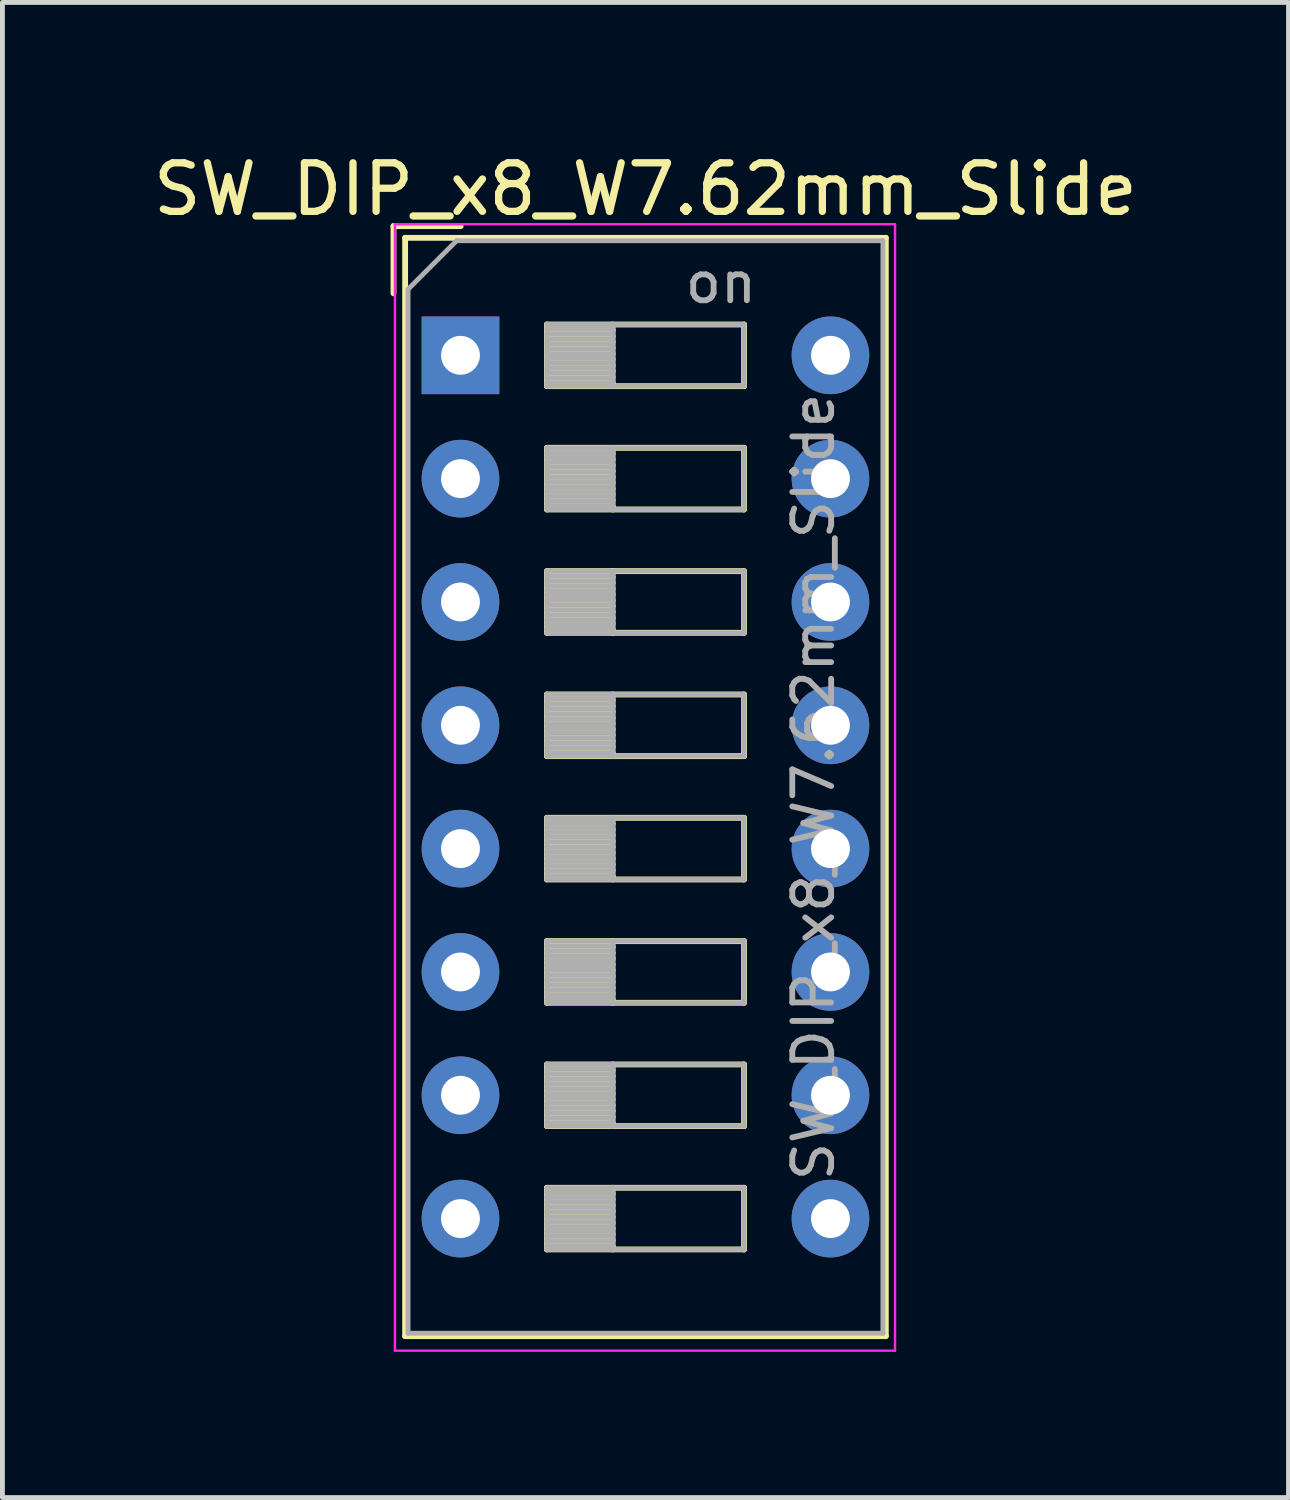
<source format=kicad_pcb>
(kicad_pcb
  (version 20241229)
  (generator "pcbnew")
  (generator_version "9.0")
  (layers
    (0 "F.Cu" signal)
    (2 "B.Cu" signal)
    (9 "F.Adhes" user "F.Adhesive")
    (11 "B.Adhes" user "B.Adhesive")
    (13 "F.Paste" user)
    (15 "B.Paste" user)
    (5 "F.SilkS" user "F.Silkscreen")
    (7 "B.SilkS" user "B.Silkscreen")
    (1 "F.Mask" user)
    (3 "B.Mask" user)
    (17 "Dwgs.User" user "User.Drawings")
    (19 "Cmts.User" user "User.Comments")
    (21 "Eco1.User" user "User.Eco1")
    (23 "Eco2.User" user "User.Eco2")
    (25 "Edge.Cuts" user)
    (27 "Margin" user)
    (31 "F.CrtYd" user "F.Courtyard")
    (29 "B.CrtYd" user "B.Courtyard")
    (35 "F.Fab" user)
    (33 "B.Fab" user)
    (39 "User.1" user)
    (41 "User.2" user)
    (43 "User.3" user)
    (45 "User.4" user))
  (footprint "SW_DIP_x8_W7.62mm_Slide"
    (layer "F.Cu")
    (at 6.434 4.268)
    (property "Reference" "SW_DIP_x8_W7.62mm_Slide" (at 3.81 -3.42 0) (layer "F.SilkS") (effects (font (size 1 1) (thickness 0.15))))
    (attr through_hole)
    (fp_line (start -1.38 -2.66) (end -1.38 -1.277) (stroke (width 0.12) (type solid)) (layer "F.SilkS"))
    (fp_line (start -1.38 -2.66) (end 0.004 -2.66) (stroke (width 0.12) (type solid)) (layer "F.SilkS"))
    (fp_line (start -1.14 -2.42) (end -1.14 20.201) (stroke (width 0.12) (type solid)) (layer "F.SilkS"))
    (fp_line (start -1.14 -2.42) (end 8.76 -2.42) (stroke (width 0.12) (type solid)) (layer "F.SilkS"))
    (fp_line (start -1.14 20.201) (end 8.76 20.201) (stroke (width 0.12) (type solid)) (layer "F.SilkS"))
    (fp_line (start 1.78 -0.635) (end 1.78 0.635) (stroke (width 0.12) (type solid)) (layer "F.SilkS"))
    (fp_line (start 1.78 -0.515) (end 3.133 -0.515) (stroke (width 0.12) (type solid)) (layer "F.SilkS"))
    (fp_line (start 1.78 -0.395) (end 3.133 -0.395) (stroke (width 0.12) (type solid)) (layer "F.SilkS"))
    (fp_line (start 1.78 -0.275) (end 3.133 -0.275) (stroke (width 0.12) (type solid)) (layer "F.SilkS"))
    (fp_line (start 1.78 -0.155) (end 3.133 -0.155) (stroke (width 0.12) (type solid)) (layer "F.SilkS"))
    (fp_line (start 1.78 -0.035) (end 3.133 -0.035) (stroke (width 0.12) (type solid)) (layer "F.SilkS"))
    (fp_line (start 1.78 0.085) (end 3.133 0.085) (stroke (width 0.12) (type solid)) (layer "F.SilkS"))
    (fp_line (start 1.78 0.205) (end 3.133 0.205) (stroke (width 0.12) (type solid)) (layer "F.SilkS"))
    (fp_line (start 1.78 0.325) (end 3.133 0.325) (stroke (width 0.12) (type solid)) (layer "F.SilkS"))
    (fp_line (start 1.78 0.445) (end 3.133 0.445) (stroke (width 0.12) (type solid)) (layer "F.SilkS"))
    (fp_line (start 1.78 0.565) (end 3.133 0.565) (stroke (width 0.12) (type solid)) (layer "F.SilkS"))
    (fp_line (start 1.78 0.635) (end 5.84 0.635) (stroke (width 0.12) (type solid)) (layer "F.SilkS"))
    (fp_line (start 1.78 1.905) (end 1.78 3.175) (stroke (width 0.12) (type solid)) (layer "F.SilkS"))
    (fp_line (start 1.78 2.025) (end 3.133 2.025) (stroke (width 0.12) (type solid)) (layer "F.SilkS"))
    (fp_line (start 1.78 2.145) (end 3.133 2.145) (stroke (width 0.12) (type solid)) (layer "F.SilkS"))
    (fp_line (start 1.78 2.265) (end 3.133 2.265) (stroke (width 0.12) (type solid)) (layer "F.SilkS"))
    (fp_line (start 1.78 2.385) (end 3.133 2.385) (stroke (width 0.12) (type solid)) (layer "F.SilkS"))
    (fp_line (start 1.78 2.505) (end 3.133 2.505) (stroke (width 0.12) (type solid)) (layer "F.SilkS"))
    (fp_line (start 1.78 2.625) (end 3.133 2.625) (stroke (width 0.12) (type solid)) (layer "F.SilkS"))
    (fp_line (start 1.78 2.745) (end 3.133 2.745) (stroke (width 0.12) (type solid)) (layer "F.SilkS"))
    (fp_line (start 1.78 2.865) (end 3.133 2.865) (stroke (width 0.12) (type solid)) (layer "F.SilkS"))
    (fp_line (start 1.78 2.985) (end 3.133 2.985) (stroke (width 0.12) (type solid)) (layer "F.SilkS"))
    (fp_line (start 1.78 3.105) (end 3.133 3.105) (stroke (width 0.12) (type solid)) (layer "F.SilkS"))
    (fp_line (start 1.78 3.175) (end 5.84 3.175) (stroke (width 0.12) (type solid)) (layer "F.SilkS"))
    (fp_line (start 1.78 4.445) (end 1.78 5.715) (stroke (width 0.12) (type solid)) (layer "F.SilkS"))
    (fp_line (start 1.78 4.565) (end 3.133 4.565) (stroke (width 0.12) (type solid)) (layer "F.SilkS"))
    (fp_line (start 1.78 4.685) (end 3.133 4.685) (stroke (width 0.12) (type solid)) (layer "F.SilkS"))
    (fp_line (start 1.78 4.805) (end 3.133 4.805) (stroke (width 0.12) (type solid)) (layer "F.SilkS"))
    (fp_line (start 1.78 4.925) (end 3.133 4.925) (stroke (width 0.12) (type solid)) (layer "F.SilkS"))
    (fp_line (start 1.78 5.045) (end 3.133 5.045) (stroke (width 0.12) (type solid)) (layer "F.SilkS"))
    (fp_line (start 1.78 5.165) (end 3.133 5.165) (stroke (width 0.12) (type solid)) (layer "F.SilkS"))
    (fp_line (start 1.78 5.285) (end 3.133 5.285) (stroke (width 0.12) (type solid)) (layer "F.SilkS"))
    (fp_line (start 1.78 5.405) (end 3.133 5.405) (stroke (width 0.12) (type solid)) (layer "F.SilkS"))
    (fp_line (start 1.78 5.525) (end 3.133 5.525) (stroke (width 0.12) (type solid)) (layer "F.SilkS"))
    (fp_line (start 1.78 5.645) (end 3.133 5.645) (stroke (width 0.12) (type solid)) (layer "F.SilkS"))
    (fp_line (start 1.78 5.715) (end 5.84 5.715) (stroke (width 0.12) (type solid)) (layer "F.SilkS"))
    (fp_line (start 1.78 6.985) (end 1.78 8.255) (stroke (width 0.12) (type solid)) (layer "F.SilkS"))
    (fp_line (start 1.78 7.105) (end 3.133 7.105) (stroke (width 0.12) (type solid)) (layer "F.SilkS"))
    (fp_line (start 1.78 7.225) (end 3.133 7.225) (stroke (width 0.12) (type solid)) (layer "F.SilkS"))
    (fp_line (start 1.78 7.345) (end 3.133 7.345) (stroke (width 0.12) (type solid)) (layer "F.SilkS"))
    (fp_line (start 1.78 7.465) (end 3.133 7.465) (stroke (width 0.12) (type solid)) (layer "F.SilkS"))
    (fp_line (start 1.78 7.585) (end 3.133 7.585) (stroke (width 0.12) (type solid)) (layer "F.SilkS"))
    (fp_line (start 1.78 7.705) (end 3.133 7.705) (stroke (width 0.12) (type solid)) (layer "F.SilkS"))
    (fp_line (start 1.78 7.825) (end 3.133 7.825) (stroke (width 0.12) (type solid)) (layer "F.SilkS"))
    (fp_line (start 1.78 7.945) (end 3.133 7.945) (stroke (width 0.12) (type solid)) (layer "F.SilkS"))
    (fp_line (start 1.78 8.065) (end 3.133 8.065) (stroke (width 0.12) (type solid)) (layer "F.SilkS"))
    (fp_line (start 1.78 8.185) (end 3.133 8.185) (stroke (width 0.12) (type solid)) (layer "F.SilkS"))
    (fp_line (start 1.78 8.255) (end 5.84 8.255) (stroke (width 0.12) (type solid)) (layer "F.SilkS"))
    (fp_line (start 1.78 9.525) (end 1.78 10.795) (stroke (width 0.12) (type solid)) (layer "F.SilkS"))
    (fp_line (start 1.78 9.645) (end 3.133 9.645) (stroke (width 0.12) (type solid)) (layer "F.SilkS"))
    (fp_line (start 1.78 9.765) (end 3.133 9.765) (stroke (width 0.12) (type solid)) (layer "F.SilkS"))
    (fp_line (start 1.78 9.885) (end 3.133 9.885) (stroke (width 0.12) (type solid)) (layer "F.SilkS"))
    (fp_line (start 1.78 10.005) (end 3.133 10.005) (stroke (width 0.12) (type solid)) (layer "F.SilkS"))
    (fp_line (start 1.78 10.125) (end 3.133 10.125) (stroke (width 0.12) (type solid)) (layer "F.SilkS"))
    (fp_line (start 1.78 10.245) (end 3.133 10.245) (stroke (width 0.12) (type solid)) (layer "F.SilkS"))
    (fp_line (start 1.78 10.365) (end 3.133 10.365) (stroke (width 0.12) (type solid)) (layer "F.SilkS"))
    (fp_line (start 1.78 10.485) (end 3.133 10.485) (stroke (width 0.12) (type solid)) (layer "F.SilkS"))
    (fp_line (start 1.78 10.605) (end 3.133 10.605) (stroke (width 0.12) (type solid)) (layer "F.SilkS"))
    (fp_line (start 1.78 10.725) (end 3.133 10.725) (stroke (width 0.12) (type solid)) (layer "F.SilkS"))
    (fp_line (start 1.78 10.795) (end 5.84 10.795) (stroke (width 0.12) (type solid)) (layer "F.SilkS"))
    (fp_line (start 1.78 12.065) (end 1.78 13.335) (stroke (width 0.12) (type solid)) (layer "F.SilkS"))
    (fp_line (start 1.78 12.185) (end 3.133 12.185) (stroke (width 0.12) (type solid)) (layer "F.SilkS"))
    (fp_line (start 1.78 12.305) (end 3.133 12.305) (stroke (width 0.12) (type solid)) (layer "F.SilkS"))
    (fp_line (start 1.78 12.425) (end 3.133 12.425) (stroke (width 0.12) (type solid)) (layer "F.SilkS"))
    (fp_line (start 1.78 12.545) (end 3.133 12.545) (stroke (width 0.12) (type solid)) (layer "F.SilkS"))
    (fp_line (start 1.78 12.665) (end 3.133 12.665) (stroke (width 0.12) (type solid)) (layer "F.SilkS"))
    (fp_line (start 1.78 12.785) (end 3.133 12.785) (stroke (width 0.12) (type solid)) (layer "F.SilkS"))
    (fp_line (start 1.78 12.905) (end 3.133 12.905) (stroke (width 0.12) (type solid)) (layer "F.SilkS"))
    (fp_line (start 1.78 13.025) (end 3.133 13.025) (stroke (width 0.12) (type solid)) (layer "F.SilkS"))
    (fp_line (start 1.78 13.145) (end 3.133 13.145) (stroke (width 0.12) (type solid)) (layer "F.SilkS"))
    (fp_line (start 1.78 13.265) (end 3.133 13.265) (stroke (width 0.12) (type solid)) (layer "F.SilkS"))
    (fp_line (start 1.78 13.335) (end 5.84 13.335) (stroke (width 0.12) (type solid)) (layer "F.SilkS"))
    (fp_line (start 1.78 14.605) (end 1.78 15.875) (stroke (width 0.12) (type solid)) (layer "F.SilkS"))
    (fp_line (start 1.78 14.725) (end 3.133 14.725) (stroke (width 0.12) (type solid)) (layer "F.SilkS"))
    (fp_line (start 1.78 14.845) (end 3.133 14.845) (stroke (width 0.12) (type solid)) (layer "F.SilkS"))
    (fp_line (start 1.78 14.965) (end 3.133 14.965) (stroke (width 0.12) (type solid)) (layer "F.SilkS"))
    (fp_line (start 1.78 15.085) (end 3.133 15.085) (stroke (width 0.12) (type solid)) (layer "F.SilkS"))
    (fp_line (start 1.78 15.205) (end 3.133 15.205) (stroke (width 0.12) (type solid)) (layer "F.SilkS"))
    (fp_line (start 1.78 15.325) (end 3.133 15.325) (stroke (width 0.12) (type solid)) (layer "F.SilkS"))
    (fp_line (start 1.78 15.445) (end 3.133 15.445) (stroke (width 0.12) (type solid)) (layer "F.SilkS"))
    (fp_line (start 1.78 15.565) (end 3.133 15.565) (stroke (width 0.12) (type solid)) (layer "F.SilkS"))
    (fp_line (start 1.78 15.685) (end 3.133 15.685) (stroke (width 0.12) (type solid)) (layer "F.SilkS"))
    (fp_line (start 1.78 15.805) (end 3.133 15.805) (stroke (width 0.12) (type solid)) (layer "F.SilkS"))
    (fp_line (start 1.78 15.875) (end 5.84 15.875) (stroke (width 0.12) (type solid)) (layer "F.SilkS"))
    (fp_line (start 1.78 17.145) (end 1.78 18.415) (stroke (width 0.12) (type solid)) (layer "F.SilkS"))
    (fp_line (start 1.78 17.265) (end 3.133 17.265) (stroke (width 0.12) (type solid)) (layer "F.SilkS"))
    (fp_line (start 1.78 17.385) (end 3.133 17.385) (stroke (width 0.12) (type solid)) (layer "F.SilkS"))
    (fp_line (start 1.78 17.505) (end 3.133 17.505) (stroke (width 0.12) (type solid)) (layer "F.SilkS"))
    (fp_line (start 1.78 17.625) (end 3.133 17.625) (stroke (width 0.12) (type solid)) (layer "F.SilkS"))
    (fp_line (start 1.78 17.745) (end 3.133 17.745) (stroke (width 0.12) (type solid)) (layer "F.SilkS"))
    (fp_line (start 1.78 17.865) (end 3.133 17.865) (stroke (width 0.12) (type solid)) (layer "F.SilkS"))
    (fp_line (start 1.78 17.985) (end 3.133 17.985) (stroke (width 0.12) (type solid)) (layer "F.SilkS"))
    (fp_line (start 1.78 18.105) (end 3.133 18.105) (stroke (width 0.12) (type solid)) (layer "F.SilkS"))
    (fp_line (start 1.78 18.225) (end 3.133 18.225) (stroke (width 0.12) (type solid)) (layer "F.SilkS"))
    (fp_line (start 1.78 18.345) (end 3.133 18.345) (stroke (width 0.12) (type solid)) (layer "F.SilkS"))
    (fp_line (start 1.78 18.415) (end 5.84 18.415) (stroke (width 0.12) (type solid)) (layer "F.SilkS"))
    (fp_line (start 3.133 -0.635) (end 3.133 0.635) (stroke (width 0.12) (type solid)) (layer "F.SilkS"))
    (fp_line (start 3.133 1.905) (end 3.133 3.175) (stroke (width 0.12) (type solid)) (layer "F.SilkS"))
    (fp_line (start 3.133 4.445) (end 3.133 5.715) (stroke (width 0.12) (type solid)) (layer "F.SilkS"))
    (fp_line (start 3.133 6.985) (end 3.133 8.255) (stroke (width 0.12) (type solid)) (layer "F.SilkS"))
    (fp_line (start 3.133 9.525) (end 3.133 10.795) (stroke (width 0.12) (type solid)) (layer "F.SilkS"))
    (fp_line (start 3.133 12.065) (end 3.133 13.335) (stroke (width 0.12) (type solid)) (layer "F.SilkS"))
    (fp_line (start 3.133 14.605) (end 3.133 15.875) (stroke (width 0.12) (type solid)) (layer "F.SilkS"))
    (fp_line (start 3.133 17.145) (end 3.133 18.415) (stroke (width 0.12) (type solid)) (layer "F.SilkS"))
    (fp_line (start 5.84 -0.635) (end 1.78 -0.635) (stroke (width 0.12) (type solid)) (layer "F.SilkS"))
    (fp_line (start 5.84 0.635) (end 5.84 -0.635) (stroke (width 0.12) (type solid)) (layer "F.SilkS"))
    (fp_line (start 5.84 1.905) (end 1.78 1.905) (stroke (width 0.12) (type solid)) (layer "F.SilkS"))
    (fp_line (start 5.84 3.175) (end 5.84 1.905) (stroke (width 0.12) (type solid)) (layer "F.SilkS"))
    (fp_line (start 5.84 4.445) (end 1.78 4.445) (stroke (width 0.12) (type solid)) (layer "F.SilkS"))
    (fp_line (start 5.84 5.715) (end 5.84 4.445) (stroke (width 0.12) (type solid)) (layer "F.SilkS"))
    (fp_line (start 5.84 6.985) (end 1.78 6.985) (stroke (width 0.12) (type solid)) (layer "F.SilkS"))
    (fp_line (start 5.84 8.255) (end 5.84 6.985) (stroke (width 0.12) (type solid)) (layer "F.SilkS"))
    (fp_line (start 5.84 9.525) (end 1.78 9.525) (stroke (width 0.12) (type solid)) (layer "F.SilkS"))
    (fp_line (start 5.84 10.795) (end 5.84 9.525) (stroke (width 0.12) (type solid)) (layer "F.SilkS"))
    (fp_line (start 5.84 12.065) (end 1.78 12.065) (stroke (width 0.12) (type solid)) (layer "F.SilkS"))
    (fp_line (start 5.84 13.335) (end 5.84 12.065) (stroke (width 0.12) (type solid)) (layer "F.SilkS"))
    (fp_line (start 5.84 14.605) (end 1.78 14.605) (stroke (width 0.12) (type solid)) (layer "F.SilkS"))
    (fp_line (start 5.84 15.875) (end 5.84 14.605) (stroke (width 0.12) (type solid)) (layer "F.SilkS"))
    (fp_line (start 5.84 17.145) (end 1.78 17.145) (stroke (width 0.12) (type solid)) (layer "F.SilkS"))
    (fp_line (start 5.84 18.415) (end 5.84 17.145) (stroke (width 0.12) (type solid)) (layer "F.SilkS"))
    (fp_line (start 8.76 -2.42) (end 8.76 20.201) (stroke (width 0.12) (type solid)) (layer "F.SilkS"))
    (fp_line (start -1.35 -2.7) (end -1.35 20.5) (stroke (width 0.05) (type solid)) (layer "F.CrtYd"))
    (fp_line (start -1.35 20.5) (end 8.95 20.5) (stroke (width 0.05) (type solid)) (layer "F.CrtYd"))
    (fp_line (start 8.95 -2.7) (end -1.35 -2.7) (stroke (width 0.05) (type solid)) (layer "F.CrtYd"))
    (fp_line (start 8.95 20.5) (end 8.95 -2.7) (stroke (width 0.05) (type solid)) (layer "F.CrtYd"))
    (fp_line (start -1.08 -1.36) (end -0.08 -2.36) (stroke (width 0.1) (type solid)) (layer "F.Fab"))
    (fp_line (start -1.08 20.14) (end -1.08 -1.36) (stroke (width 0.1) (type solid)) (layer "F.Fab"))
    (fp_line (start -0.08 -2.36) (end 8.7 -2.36) (stroke (width 0.1) (type solid)) (layer "F.Fab"))
    (fp_line (start 1.78 -0.635) (end 1.78 0.635) (stroke (width 0.1) (type solid)) (layer "F.Fab"))
    (fp_line (start 1.78 -0.535) (end 3.133 -0.535) (stroke (width 0.1) (type solid)) (layer "F.Fab"))
    (fp_line (start 1.78 -0.435) (end 3.133 -0.435) (stroke (width 0.1) (type solid)) (layer "F.Fab"))
    (fp_line (start 1.78 -0.335) (end 3.133 -0.335) (stroke (width 0.1) (type solid)) (layer "F.Fab"))
    (fp_line (start 1.78 -0.235) (end 3.133 -0.235) (stroke (width 0.1) (type solid)) (layer "F.Fab"))
    (fp_line (start 1.78 -0.135) (end 3.133 -0.135) (stroke (width 0.1) (type solid)) (layer "F.Fab"))
    (fp_line (start 1.78 -0.035) (end 3.133 -0.035) (stroke (width 0.1) (type solid)) (layer "F.Fab"))
    (fp_line (start 1.78 0.065) (end 3.133 0.065) (stroke (width 0.1) (type solid)) (layer "F.Fab"))
    (fp_line (start 1.78 0.165) (end 3.133 0.165) (stroke (width 0.1) (type solid)) (layer "F.Fab"))
    (fp_line (start 1.78 0.265) (end 3.133 0.265) (stroke (width 0.1) (type solid)) (layer "F.Fab"))
    (fp_line (start 1.78 0.365) (end 3.133 0.365) (stroke (width 0.1) (type solid)) (layer "F.Fab"))
    (fp_line (start 1.78 0.465) (end 3.133 0.465) (stroke (width 0.1) (type solid)) (layer "F.Fab"))
    (fp_line (start 1.78 0.565) (end 3.133 0.565) (stroke (width 0.1) (type solid)) (layer "F.Fab"))
    (fp_line (start 1.78 0.635) (end 5.84 0.635) (stroke (width 0.1) (type solid)) (layer "F.Fab"))
    (fp_line (start 1.78 1.905) (end 1.78 3.175) (stroke (width 0.1) (type solid)) (layer "F.Fab"))
    (fp_line (start 1.78 2.005) (end 3.133 2.005) (stroke (width 0.1) (type solid)) (layer "F.Fab"))
    (fp_line (start 1.78 2.105) (end 3.133 2.105) (stroke (width 0.1) (type solid)) (layer "F.Fab"))
    (fp_line (start 1.78 2.205) (end 3.133 2.205) (stroke (width 0.1) (type solid)) (layer "F.Fab"))
    (fp_line (start 1.78 2.305) (end 3.133 2.305) (stroke (width 0.1) (type solid)) (layer "F.Fab"))
    (fp_line (start 1.78 2.405) (end 3.133 2.405) (stroke (width 0.1) (type solid)) (layer "F.Fab"))
    (fp_line (start 1.78 2.505) (end 3.133 2.505) (stroke (width 0.1) (type solid)) (layer "F.Fab"))
    (fp_line (start 1.78 2.605) (end 3.133 2.605) (stroke (width 0.1) (type solid)) (layer "F.Fab"))
    (fp_line (start 1.78 2.705) (end 3.133 2.705) (stroke (width 0.1) (type solid)) (layer "F.Fab"))
    (fp_line (start 1.78 2.805) (end 3.133 2.805) (stroke (width 0.1) (type solid)) (layer "F.Fab"))
    (fp_line (start 1.78 2.905) (end 3.133 2.905) (stroke (width 0.1) (type solid)) (layer "F.Fab"))
    (fp_line (start 1.78 3.005) (end 3.133 3.005) (stroke (width 0.1) (type solid)) (layer "F.Fab"))
    (fp_line (start 1.78 3.105) (end 3.133 3.105) (stroke (width 0.1) (type solid)) (layer "F.Fab"))
    (fp_line (start 1.78 3.175) (end 5.84 3.175) (stroke (width 0.1) (type solid)) (layer "F.Fab"))
    (fp_line (start 1.78 4.445) (end 1.78 5.715) (stroke (width 0.1) (type solid)) (layer "F.Fab"))
    (fp_line (start 1.78 4.545) (end 3.133 4.545) (stroke (width 0.1) (type solid)) (layer "F.Fab"))
    (fp_line (start 1.78 4.645) (end 3.133 4.645) (stroke (width 0.1) (type solid)) (layer "F.Fab"))
    (fp_line (start 1.78 4.745) (end 3.133 4.745) (stroke (width 0.1) (type solid)) (layer "F.Fab"))
    (fp_line (start 1.78 4.845) (end 3.133 4.845) (stroke (width 0.1) (type solid)) (layer "F.Fab"))
    (fp_line (start 1.78 4.945) (end 3.133 4.945) (stroke (width 0.1) (type solid)) (layer "F.Fab"))
    (fp_line (start 1.78 5.045) (end 3.133 5.045) (stroke (width 0.1) (type solid)) (layer "F.Fab"))
    (fp_line (start 1.78 5.145) (end 3.133 5.145) (stroke (width 0.1) (type solid)) (layer "F.Fab"))
    (fp_line (start 1.78 5.245) (end 3.133 5.245) (stroke (width 0.1) (type solid)) (layer "F.Fab"))
    (fp_line (start 1.78 5.345) (end 3.133 5.345) (stroke (width 0.1) (type solid)) (layer "F.Fab"))
    (fp_line (start 1.78 5.445) (end 3.133 5.445) (stroke (width 0.1) (type solid)) (layer "F.Fab"))
    (fp_line (start 1.78 5.545) (end 3.133 5.545) (stroke (width 0.1) (type solid)) (layer "F.Fab"))
    (fp_line (start 1.78 5.645) (end 3.133 5.645) (stroke (width 0.1) (type solid)) (layer "F.Fab"))
    (fp_line (start 1.78 5.715) (end 5.84 5.715) (stroke (width 0.1) (type solid)) (layer "F.Fab"))
    (fp_line (start 1.78 6.985) (end 1.78 8.255) (stroke (width 0.1) (type solid)) (layer "F.Fab"))
    (fp_line (start 1.78 7.085) (end 3.133 7.085) (stroke (width 0.1) (type solid)) (layer "F.Fab"))
    (fp_line (start 1.78 7.185) (end 3.133 7.185) (stroke (width 0.1) (type solid)) (layer "F.Fab"))
    (fp_line (start 1.78 7.285) (end 3.133 7.285) (stroke (width 0.1) (type solid)) (layer "F.Fab"))
    (fp_line (start 1.78 7.385) (end 3.133 7.385) (stroke (width 0.1) (type solid)) (layer "F.Fab"))
    (fp_line (start 1.78 7.485) (end 3.133 7.485) (stroke (width 0.1) (type solid)) (layer "F.Fab"))
    (fp_line (start 1.78 7.585) (end 3.133 7.585) (stroke (width 0.1) (type solid)) (layer "F.Fab"))
    (fp_line (start 1.78 7.685) (end 3.133 7.685) (stroke (width 0.1) (type solid)) (layer "F.Fab"))
    (fp_line (start 1.78 7.785) (end 3.133 7.785) (stroke (width 0.1) (type solid)) (layer "F.Fab"))
    (fp_line (start 1.78 7.885) (end 3.133 7.885) (stroke (width 0.1) (type solid)) (layer "F.Fab"))
    (fp_line (start 1.78 7.985) (end 3.133 7.985) (stroke (width 0.1) (type solid)) (layer "F.Fab"))
    (fp_line (start 1.78 8.085) (end 3.133 8.085) (stroke (width 0.1) (type solid)) (layer "F.Fab"))
    (fp_line (start 1.78 8.185) (end 3.133 8.185) (stroke (width 0.1) (type solid)) (layer "F.Fab"))
    (fp_line (start 1.78 8.255) (end 5.84 8.255) (stroke (width 0.1) (type solid)) (layer "F.Fab"))
    (fp_line (start 1.78 9.525) (end 1.78 10.795) (stroke (width 0.1) (type solid)) (layer "F.Fab"))
    (fp_line (start 1.78 9.625) (end 3.133 9.625) (stroke (width 0.1) (type solid)) (layer "F.Fab"))
    (fp_line (start 1.78 9.725) (end 3.133 9.725) (stroke (width 0.1) (type solid)) (layer "F.Fab"))
    (fp_line (start 1.78 9.825) (end 3.133 9.825) (stroke (width 0.1) (type solid)) (layer "F.Fab"))
    (fp_line (start 1.78 9.925) (end 3.133 9.925) (stroke (width 0.1) (type solid)) (layer "F.Fab"))
    (fp_line (start 1.78 10.025) (end 3.133 10.025) (stroke (width 0.1) (type solid)) (layer "F.Fab"))
    (fp_line (start 1.78 10.125) (end 3.133 10.125) (stroke (width 0.1) (type solid)) (layer "F.Fab"))
    (fp_line (start 1.78 10.225) (end 3.133 10.225) (stroke (width 0.1) (type solid)) (layer "F.Fab"))
    (fp_line (start 1.78 10.325) (end 3.133 10.325) (stroke (width 0.1) (type solid)) (layer "F.Fab"))
    (fp_line (start 1.78 10.425) (end 3.133 10.425) (stroke (width 0.1) (type solid)) (layer "F.Fab"))
    (fp_line (start 1.78 10.525) (end 3.133 10.525) (stroke (width 0.1) (type solid)) (layer "F.Fab"))
    (fp_line (start 1.78 10.625) (end 3.133 10.625) (stroke (width 0.1) (type solid)) (layer "F.Fab"))
    (fp_line (start 1.78 10.725) (end 3.133 10.725) (stroke (width 0.1) (type solid)) (layer "F.Fab"))
    (fp_line (start 1.78 10.795) (end 5.84 10.795) (stroke (width 0.1) (type solid)) (layer "F.Fab"))
    (fp_line (start 1.78 12.065) (end 1.78 13.335) (stroke (width 0.1) (type solid)) (layer "F.Fab"))
    (fp_line (start 1.78 12.165) (end 3.133 12.165) (stroke (width 0.1) (type solid)) (layer "F.Fab"))
    (fp_line (start 1.78 12.265) (end 3.133 12.265) (stroke (width 0.1) (type solid)) (layer "F.Fab"))
    (fp_line (start 1.78 12.365) (end 3.133 12.365) (stroke (width 0.1) (type solid)) (layer "F.Fab"))
    (fp_line (start 1.78 12.465) (end 3.133 12.465) (stroke (width 0.1) (type solid)) (layer "F.Fab"))
    (fp_line (start 1.78 12.565) (end 3.133 12.565) (stroke (width 0.1) (type solid)) (layer "F.Fab"))
    (fp_line (start 1.78 12.665) (end 3.133 12.665) (stroke (width 0.1) (type solid)) (layer "F.Fab"))
    (fp_line (start 1.78 12.765) (end 3.133 12.765) (stroke (width 0.1) (type solid)) (layer "F.Fab"))
    (fp_line (start 1.78 12.865) (end 3.133 12.865) (stroke (width 0.1) (type solid)) (layer "F.Fab"))
    (fp_line (start 1.78 12.965) (end 3.133 12.965) (stroke (width 0.1) (type solid)) (layer "F.Fab"))
    (fp_line (start 1.78 13.065) (end 3.133 13.065) (stroke (width 0.1) (type solid)) (layer "F.Fab"))
    (fp_line (start 1.78 13.165) (end 3.133 13.165) (stroke (width 0.1) (type solid)) (layer "F.Fab"))
    (fp_line (start 1.78 13.265) (end 3.133 13.265) (stroke (width 0.1) (type solid)) (layer "F.Fab"))
    (fp_line (start 1.78 13.335) (end 5.84 13.335) (stroke (width 0.1) (type solid)) (layer "F.Fab"))
    (fp_line (start 1.78 14.605) (end 1.78 15.875) (stroke (width 0.1) (type solid)) (layer "F.Fab"))
    (fp_line (start 1.78 14.705) (end 3.133 14.705) (stroke (width 0.1) (type solid)) (layer "F.Fab"))
    (fp_line (start 1.78 14.805) (end 3.133 14.805) (stroke (width 0.1) (type solid)) (layer "F.Fab"))
    (fp_line (start 1.78 14.905) (end 3.133 14.905) (stroke (width 0.1) (type solid)) (layer "F.Fab"))
    (fp_line (start 1.78 15.005) (end 3.133 15.005) (stroke (width 0.1) (type solid)) (layer "F.Fab"))
    (fp_line (start 1.78 15.105) (end 3.133 15.105) (stroke (width 0.1) (type solid)) (layer "F.Fab"))
    (fp_line (start 1.78 15.205) (end 3.133 15.205) (stroke (width 0.1) (type solid)) (layer "F.Fab"))
    (fp_line (start 1.78 15.305) (end 3.133 15.305) (stroke (width 0.1) (type solid)) (layer "F.Fab"))
    (fp_line (start 1.78 15.405) (end 3.133 15.405) (stroke (width 0.1) (type solid)) (layer "F.Fab"))
    (fp_line (start 1.78 15.505) (end 3.133 15.505) (stroke (width 0.1) (type solid)) (layer "F.Fab"))
    (fp_line (start 1.78 15.605) (end 3.133 15.605) (stroke (width 0.1) (type solid)) (layer "F.Fab"))
    (fp_line (start 1.78 15.705) (end 3.133 15.705) (stroke (width 0.1) (type solid)) (layer "F.Fab"))
    (fp_line (start 1.78 15.805) (end 3.133 15.805) (stroke (width 0.1) (type solid)) (layer "F.Fab"))
    (fp_line (start 1.78 15.875) (end 5.84 15.875) (stroke (width 0.1) (type solid)) (layer "F.Fab"))
    (fp_line (start 1.78 17.145) (end 1.78 18.415) (stroke (width 0.1) (type solid)) (layer "F.Fab"))
    (fp_line (start 1.78 17.245) (end 3.133 17.245) (stroke (width 0.1) (type solid)) (layer "F.Fab"))
    (fp_line (start 1.78 17.345) (end 3.133 17.345) (stroke (width 0.1) (type solid)) (layer "F.Fab"))
    (fp_line (start 1.78 17.445) (end 3.133 17.445) (stroke (width 0.1) (type solid)) (layer "F.Fab"))
    (fp_line (start 1.78 17.545) (end 3.133 17.545) (stroke (width 0.1) (type solid)) (layer "F.Fab"))
    (fp_line (start 1.78 17.645) (end 3.133 17.645) (stroke (width 0.1) (type solid)) (layer "F.Fab"))
    (fp_line (start 1.78 17.745) (end 3.133 17.745) (stroke (width 0.1) (type solid)) (layer "F.Fab"))
    (fp_line (start 1.78 17.845) (end 3.133 17.845) (stroke (width 0.1) (type solid)) (layer "F.Fab"))
    (fp_line (start 1.78 17.945) (end 3.133 17.945) (stroke (width 0.1) (type solid)) (layer "F.Fab"))
    (fp_line (start 1.78 18.045) (end 3.133 18.045) (stroke (width 0.1) (type solid)) (layer "F.Fab"))
    (fp_line (start 1.78 18.145) (end 3.133 18.145) (stroke (width 0.1) (type solid)) (layer "F.Fab"))
    (fp_line (start 1.78 18.245) (end 3.133 18.245) (stroke (width 0.1) (type solid)) (layer "F.Fab"))
    (fp_line (start 1.78 18.345) (end 3.133 18.345) (stroke (width 0.1) (type solid)) (layer "F.Fab"))
    (fp_line (start 1.78 18.415) (end 5.84 18.415) (stroke (width 0.1) (type solid)) (layer "F.Fab"))
    (fp_line (start 3.133 -0.635) (end 3.133 0.635) (stroke (width 0.1) (type solid)) (layer "F.Fab"))
    (fp_line (start 3.133 1.905) (end 3.133 3.175) (stroke (width 0.1) (type solid)) (layer "F.Fab"))
    (fp_line (start 3.133 4.445) (end 3.133 5.715) (stroke (width 0.1) (type solid)) (layer "F.Fab"))
    (fp_line (start 3.133 6.985) (end 3.133 8.255) (stroke (width 0.1) (type solid)) (layer "F.Fab"))
    (fp_line (start 3.133 9.525) (end 3.133 10.795) (stroke (width 0.1) (type solid)) (layer "F.Fab"))
    (fp_line (start 3.133 12.065) (end 3.133 13.335) (stroke (width 0.1) (type solid)) (layer "F.Fab"))
    (fp_line (start 3.133 14.605) (end 3.133 15.875) (stroke (width 0.1) (type solid)) (layer "F.Fab"))
    (fp_line (start 3.133 17.145) (end 3.133 18.415) (stroke (width 0.1) (type solid)) (layer "F.Fab"))
    (fp_line (start 5.84 -0.635) (end 1.78 -0.635) (stroke (width 0.1) (type solid)) (layer "F.Fab"))
    (fp_line (start 5.84 0.635) (end 5.84 -0.635) (stroke (width 0.1) (type solid)) (layer "F.Fab"))
    (fp_line (start 5.84 1.905) (end 1.78 1.905) (stroke (width 0.1) (type solid)) (layer "F.Fab"))
    (fp_line (start 5.84 3.175) (end 5.84 1.905) (stroke (width 0.1) (type solid)) (layer "F.Fab"))
    (fp_line (start 5.84 4.445) (end 1.78 4.445) (stroke (width 0.1) (type solid)) (layer "F.Fab"))
    (fp_line (start 5.84 5.715) (end 5.84 4.445) (stroke (width 0.1) (type solid)) (layer "F.Fab"))
    (fp_line (start 5.84 6.985) (end 1.78 6.985) (stroke (width 0.1) (type solid)) (layer "F.Fab"))
    (fp_line (start 5.84 8.255) (end 5.84 6.985) (stroke (width 0.1) (type solid)) (layer "F.Fab"))
    (fp_line (start 5.84 9.525) (end 1.78 9.525) (stroke (width 0.1) (type solid)) (layer "F.Fab"))
    (fp_line (start 5.84 10.795) (end 5.84 9.525) (stroke (width 0.1) (type solid)) (layer "F.Fab"))
    (fp_line (start 5.84 12.065) (end 1.78 12.065) (stroke (width 0.1) (type solid)) (layer "F.Fab"))
    (fp_line (start 5.84 13.335) (end 5.84 12.065) (stroke (width 0.1) (type solid)) (layer "F.Fab"))
    (fp_line (start 5.84 14.605) (end 1.78 14.605) (stroke (width 0.1) (type solid)) (layer "F.Fab"))
    (fp_line (start 5.84 15.875) (end 5.84 14.605) (stroke (width 0.1) (type solid)) (layer "F.Fab"))
    (fp_line (start 5.84 17.145) (end 1.78 17.145) (stroke (width 0.1) (type solid)) (layer "F.Fab"))
    (fp_line (start 5.84 18.415) (end 5.84 17.145) (stroke (width 0.1) (type solid)) (layer "F.Fab"))
    (fp_line (start 8.7 -2.36) (end 8.7 20.14) (stroke (width 0.1) (type solid)) (layer "F.Fab"))
    (fp_line (start 8.7 20.14) (end -1.08 20.14) (stroke (width 0.1) (type solid)) (layer "F.Fab"))
    (fp_text user "on" (at 5.365 -1.498 0) (layer "F.Fab") (effects (font (size 0.8 0.8) (thickness 0.12))))
    (fp_text user "${REFERENCE}" (at 7.27 8.89 90) (layer "F.Fab") (effects (font (size 0.8 0.8) (thickness 0.12))))
    (pad "1" thru_hole rect (at 0 0) (size 1.6 1.6) (drill 0.8) (layers "*.Cu" "*.Mask"))
    (pad "2" thru_hole oval (at 0 2.54) (size 1.6 1.6) (drill 0.8) (layers "*.Cu" "*.Mask"))
    (pad "3" thru_hole oval (at 0 5.08) (size 1.6 1.6) (drill 0.8) (layers "*.Cu" "*.Mask"))
    (pad "4" thru_hole oval (at 0 7.62) (size 1.6 1.6) (drill 0.8) (layers "*.Cu" "*.Mask"))
    (pad "5" thru_hole oval (at 0 10.16) (size 1.6 1.6) (drill 0.8) (layers "*.Cu" "*.Mask"))
    (pad "6" thru_hole oval (at 0 12.7) (size 1.6 1.6) (drill 0.8) (layers "*.Cu" "*.Mask"))
    (pad "7" thru_hole oval (at 0 15.24) (size 1.6 1.6) (drill 0.8) (layers "*.Cu" "*.Mask"))
    (pad "8" thru_hole oval (at 0 17.78) (size 1.6 1.6) (drill 0.8) (layers "*.Cu" "*.Mask"))
    (pad "9" thru_hole oval (at 7.62 17.78) (size 1.6 1.6) (drill 0.8) (layers "*.Cu" "*.Mask"))
    (pad "10" thru_hole oval (at 7.62 15.24) (size 1.6 1.6) (drill 0.8) (layers "*.Cu" "*.Mask"))
    (pad "11" thru_hole oval (at 7.62 12.7) (size 1.6 1.6) (drill 0.8) (layers "*.Cu" "*.Mask"))
    (pad "12" thru_hole oval (at 7.62 10.16) (size 1.6 1.6) (drill 0.8) (layers "*.Cu" "*.Mask"))
    (pad "13" thru_hole oval (at 7.62 7.62) (size 1.6 1.6) (drill 0.8) (layers "*.Cu" "*.Mask"))
    (pad "14" thru_hole oval (at 7.62 5.08) (size 1.6 1.6) (drill 0.8) (layers "*.Cu" "*.Mask"))
    (pad "15" thru_hole oval (at 7.62 2.54) (size 1.6 1.6) (drill 0.8) (layers "*.Cu" "*.Mask"))
    (pad "16" thru_hole oval (at 7.62 0) (size 1.6 1.6) (drill 0.8) (layers "*.Cu" "*.Mask")))
  (gr_rect
    (start -3 -3)
    (end 23.488 27.793)
    (stroke (width 0.1) (type default))
    (fill no)
    (layer "Edge.Cuts")))
</source>
